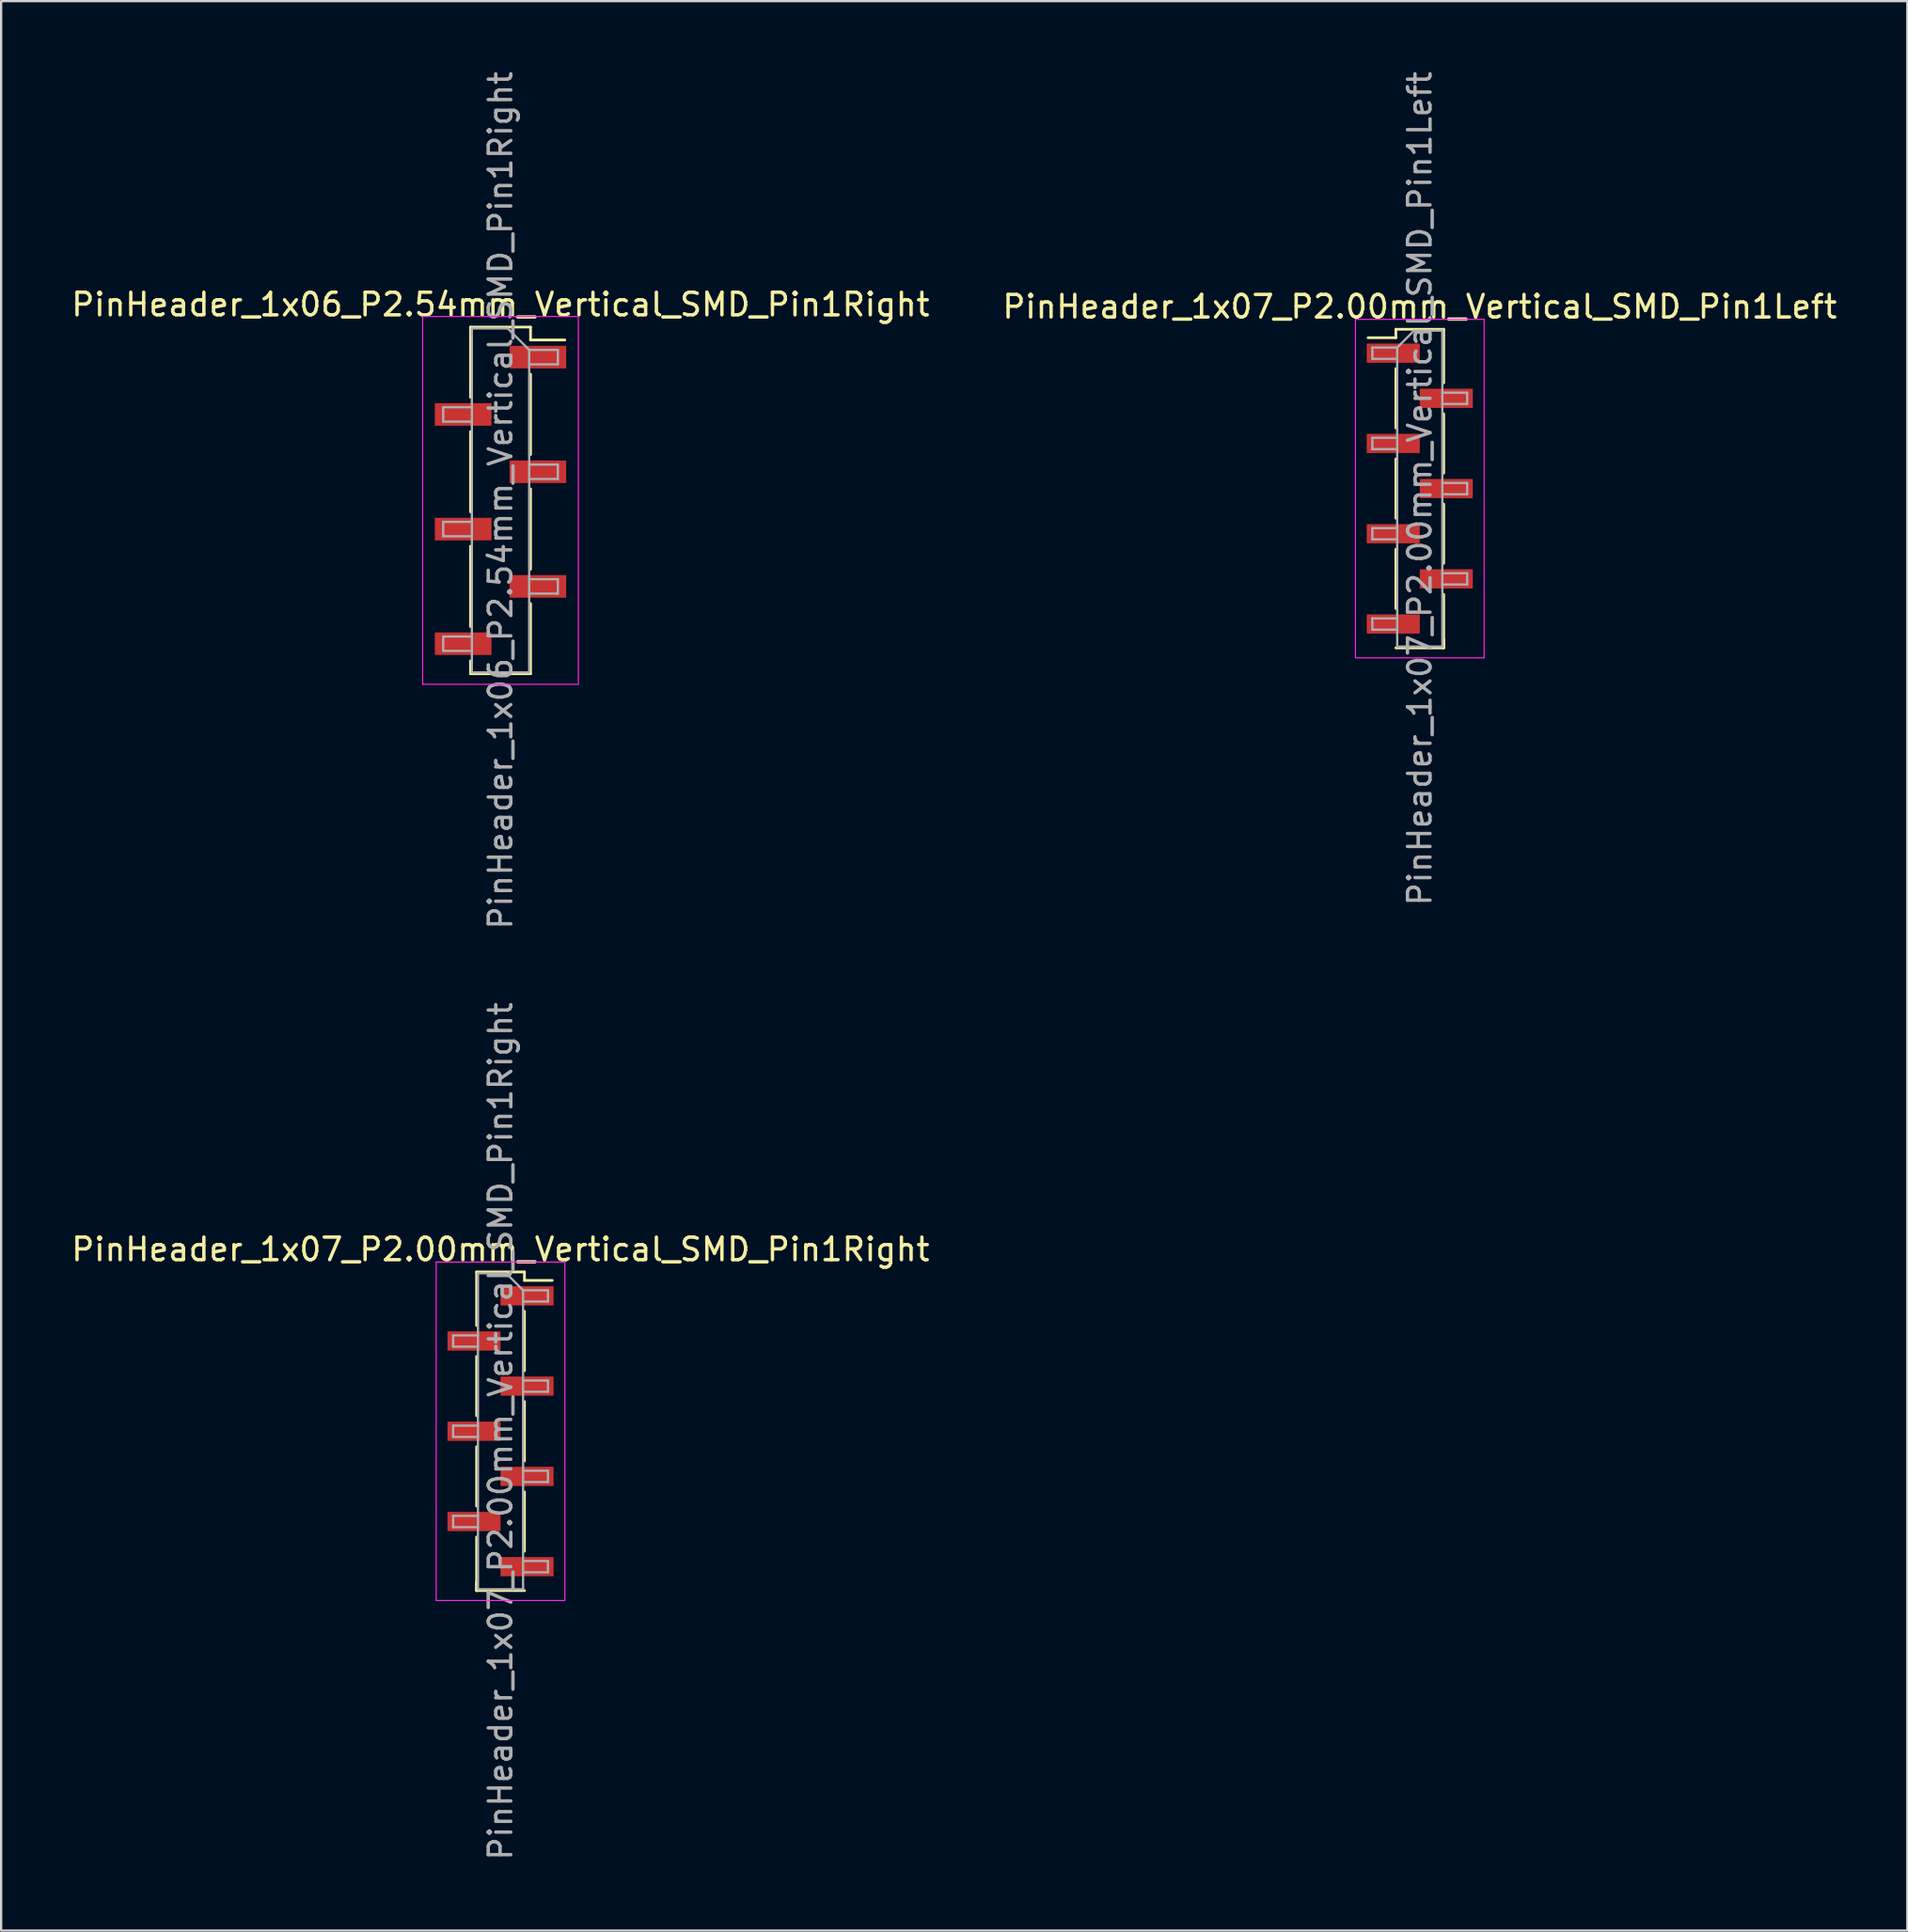
<source format=kicad_pcb>
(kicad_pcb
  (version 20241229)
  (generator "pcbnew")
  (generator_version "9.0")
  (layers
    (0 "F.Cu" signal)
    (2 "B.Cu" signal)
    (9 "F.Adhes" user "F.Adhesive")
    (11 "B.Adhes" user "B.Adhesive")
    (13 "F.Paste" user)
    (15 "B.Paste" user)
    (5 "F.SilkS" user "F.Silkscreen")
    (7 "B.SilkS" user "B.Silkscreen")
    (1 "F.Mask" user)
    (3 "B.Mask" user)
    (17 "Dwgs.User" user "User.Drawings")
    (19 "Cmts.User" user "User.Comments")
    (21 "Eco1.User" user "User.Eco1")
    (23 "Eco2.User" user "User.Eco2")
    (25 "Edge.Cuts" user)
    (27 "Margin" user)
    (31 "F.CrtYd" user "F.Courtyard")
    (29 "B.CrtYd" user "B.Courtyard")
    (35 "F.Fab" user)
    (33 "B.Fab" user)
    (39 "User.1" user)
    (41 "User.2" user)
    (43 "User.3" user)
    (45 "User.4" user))
  (footprint "PinHeader_1x07_P2.00mm_Vertical_SMD_Pin1Left"
    (layer "F.Cu")
    (at 59.851 18.601)
    (property "Reference" "PinHeader_1x07_P2.00mm_Vertical_SMD_Pin1Left" (at 0 -8.06 0) (layer "F.SilkS") (effects (font (size 1 1) (thickness 0.15))))
    (attr smd)
    (fp_line (start -1.06 -7.06) (end -1.06 -6.685) (stroke (width 0.12) (type solid)) (layer "F.SilkS"))
    (fp_line (start -1.06 -7.06) (end 1.06 -7.06) (stroke (width 0.12) (type solid)) (layer "F.SilkS"))
    (fp_line (start -1.06 -6.685) (end -2.29 -6.685) (stroke (width 0.12) (type solid)) (layer "F.SilkS"))
    (fp_line (start -1.06 -5.315) (end -1.06 -2.685) (stroke (width 0.12) (type solid)) (layer "F.SilkS"))
    (fp_line (start -1.06 -1.315) (end -1.06 1.315) (stroke (width 0.12) (type solid)) (layer "F.SilkS"))
    (fp_line (start -1.06 2.685) (end -1.06 5.315) (stroke (width 0.12) (type solid)) (layer "F.SilkS"))
    (fp_line (start -1.06 7.06) (end 1.06 7.06) (stroke (width 0.12) (type solid)) (layer "F.SilkS"))
    (fp_line (start 1.06 -7.06) (end 1.06 -4.685) (stroke (width 0.12) (type solid)) (layer "F.SilkS"))
    (fp_line (start 1.06 -3.315) (end 1.06 -0.685) (stroke (width 0.12) (type solid)) (layer "F.SilkS"))
    (fp_line (start 1.06 0.685) (end 1.06 3.315) (stroke (width 0.12) (type solid)) (layer "F.SilkS"))
    (fp_line (start 1.06 4.685) (end 1.06 7.06) (stroke (width 0.12) (type solid)) (layer "F.SilkS"))
    (fp_line (start 1.06 6.685) (end 1.06 7.06) (stroke (width 0.12) (type solid)) (layer "F.SilkS"))
    (fp_line (start -2.85 -7.5) (end -2.85 7.5) (stroke (width 0.05) (type solid)) (layer "F.CrtYd"))
    (fp_line (start -2.85 7.5) (end 2.85 7.5) (stroke (width 0.05) (type solid)) (layer "F.CrtYd"))
    (fp_line (start 2.85 -7.5) (end -2.85 -7.5) (stroke (width 0.05) (type solid)) (layer "F.CrtYd"))
    (fp_line (start 2.85 7.5) (end 2.85 -7.5) (stroke (width 0.05) (type solid)) (layer "F.CrtYd"))
    (fp_line (start -2.1 -6.25) (end -2.1 -5.75) (stroke (width 0.1) (type solid)) (layer "F.Fab"))
    (fp_line (start -2.1 -5.75) (end -1 -5.75) (stroke (width 0.1) (type solid)) (layer "F.Fab"))
    (fp_line (start -2.1 -2.25) (end -2.1 -1.75) (stroke (width 0.1) (type solid)) (layer "F.Fab"))
    (fp_line (start -2.1 -1.75) (end -1 -1.75) (stroke (width 0.1) (type solid)) (layer "F.Fab"))
    (fp_line (start -2.1 1.75) (end -2.1 2.25) (stroke (width 0.1) (type solid)) (layer "F.Fab"))
    (fp_line (start -2.1 2.25) (end -1 2.25) (stroke (width 0.1) (type solid)) (layer "F.Fab"))
    (fp_line (start -2.1 5.75) (end -2.1 6.25) (stroke (width 0.1) (type solid)) (layer "F.Fab"))
    (fp_line (start -2.1 6.25) (end -1 6.25) (stroke (width 0.1) (type solid)) (layer "F.Fab"))
    (fp_line (start -1 -6.25) (end -2.1 -6.25) (stroke (width 0.1) (type solid)) (layer "F.Fab"))
    (fp_line (start -1 -6.25) (end -0.25 -7) (stroke (width 0.1) (type solid)) (layer "F.Fab"))
    (fp_line (start -1 -2.25) (end -2.1 -2.25) (stroke (width 0.1) (type solid)) (layer "F.Fab"))
    (fp_line (start -1 1.75) (end -2.1 1.75) (stroke (width 0.1) (type solid)) (layer "F.Fab"))
    (fp_line (start -1 5.75) (end -2.1 5.75) (stroke (width 0.1) (type solid)) (layer "F.Fab"))
    (fp_line (start -1 7) (end -1 -6.25) (stroke (width 0.1) (type solid)) (layer "F.Fab"))
    (fp_line (start -0.25 -7) (end 1 -7) (stroke (width 0.1) (type solid)) (layer "F.Fab"))
    (fp_line (start 1 -7) (end 1 7) (stroke (width 0.1) (type solid)) (layer "F.Fab"))
    (fp_line (start 1 -4.25) (end 2.1 -4.25) (stroke (width 0.1) (type solid)) (layer "F.Fab"))
    (fp_line (start 1 -0.25) (end 2.1 -0.25) (stroke (width 0.1) (type solid)) (layer "F.Fab"))
    (fp_line (start 1 3.75) (end 2.1 3.75) (stroke (width 0.1) (type solid)) (layer "F.Fab"))
    (fp_line (start 1 7) (end -1 7) (stroke (width 0.1) (type solid)) (layer "F.Fab"))
    (fp_line (start 2.1 -4.25) (end 2.1 -3.75) (stroke (width 0.1) (type solid)) (layer "F.Fab"))
    (fp_line (start 2.1 -3.75) (end 1 -3.75) (stroke (width 0.1) (type solid)) (layer "F.Fab"))
    (fp_line (start 2.1 -0.25) (end 2.1 0.25) (stroke (width 0.1) (type solid)) (layer "F.Fab"))
    (fp_line (start 2.1 0.25) (end 1 0.25) (stroke (width 0.1) (type solid)) (layer "F.Fab"))
    (fp_line (start 2.1 3.75) (end 2.1 4.25) (stroke (width 0.1) (type solid)) (layer "F.Fab"))
    (fp_line (start 2.1 4.25) (end 1 4.25) (stroke (width 0.1) (type solid)) (layer "F.Fab"))
    (fp_text user "${REFERENCE}" (at 0 0 90) (layer "F.Fab") (effects (font (size 1 1) (thickness 0.15))))
    (pad "1" smd rect (at -1.175 -6) (size 2.35 0.85) (layers "F.Cu" "F.Mask" "F.Paste"))
    (pad "2" smd rect (at 1.175 -4) (size 2.35 0.85) (layers "F.Cu" "F.Mask" "F.Paste"))
    (pad "3" smd rect (at -1.175 -2) (size 2.35 0.85) (layers "F.Cu" "F.Mask" "F.Paste"))
    (pad "4" smd rect (at 1.175 0) (size 2.35 0.85) (layers "F.Cu" "F.Mask" "F.Paste"))
    (pad "5" smd rect (at -1.175 2) (size 2.35 0.85) (layers "F.Cu" "F.Mask" "F.Paste"))
    (pad "6" smd rect (at 1.175 4) (size 2.35 0.85) (layers "F.Cu" "F.Mask" "F.Paste"))
    (pad "7" smd rect (at -1.175 6) (size 2.35 0.85) (layers "F.Cu" "F.Mask" "F.Paste")))
  (footprint "PinHeader_1x07_P2.00mm_Vertical_SMD_Pin1Right"
    (layer "F.Cu")
    (at 19.125 60.375)
    (property "Reference" "PinHeader_1x07_P2.00mm_Vertical_SMD_Pin1Right" (at 0 -8.06 0) (layer "F.SilkS") (effects (font (size 1 1) (thickness 0.15))))
    (attr smd)
    (fp_line (start -1.06 -7.06) (end -1.06 -4.685) (stroke (width 0.12) (type solid)) (layer "F.SilkS"))
    (fp_line (start -1.06 -7.06) (end 1.06 -7.06) (stroke (width 0.12) (type solid)) (layer "F.SilkS"))
    (fp_line (start -1.06 -3.315) (end -1.06 -0.685) (stroke (width 0.12) (type solid)) (layer "F.SilkS"))
    (fp_line (start -1.06 0.685) (end -1.06 3.315) (stroke (width 0.12) (type solid)) (layer "F.SilkS"))
    (fp_line (start -1.06 4.685) (end -1.06 7.06) (stroke (width 0.12) (type solid)) (layer "F.SilkS"))
    (fp_line (start -1.06 6.685) (end -1.06 7.06) (stroke (width 0.12) (type solid)) (layer "F.SilkS"))
    (fp_line (start -1.06 7.06) (end 1.06 7.06) (stroke (width 0.12) (type solid)) (layer "F.SilkS"))
    (fp_line (start 1.06 -7.06) (end 1.06 -6.685) (stroke (width 0.12) (type solid)) (layer "F.SilkS"))
    (fp_line (start 1.06 -6.685) (end 2.29 -6.685) (stroke (width 0.12) (type solid)) (layer "F.SilkS"))
    (fp_line (start 1.06 -5.315) (end 1.06 -2.685) (stroke (width 0.12) (type solid)) (layer "F.SilkS"))
    (fp_line (start 1.06 -1.315) (end 1.06 1.315) (stroke (width 0.12) (type solid)) (layer "F.SilkS"))
    (fp_line (start 1.06 2.685) (end 1.06 5.315) (stroke (width 0.12) (type solid)) (layer "F.SilkS"))
    (fp_line (start -2.85 -7.5) (end -2.85 7.5) (stroke (width 0.05) (type solid)) (layer "F.CrtYd"))
    (fp_line (start -2.85 7.5) (end 2.85 7.5) (stroke (width 0.05) (type solid)) (layer "F.CrtYd"))
    (fp_line (start 2.85 -7.5) (end -2.85 -7.5) (stroke (width 0.05) (type solid)) (layer "F.CrtYd"))
    (fp_line (start 2.85 7.5) (end 2.85 -7.5) (stroke (width 0.05) (type solid)) (layer "F.CrtYd"))
    (fp_line (start -2.1 -4.25) (end -2.1 -3.75) (stroke (width 0.1) (type solid)) (layer "F.Fab"))
    (fp_line (start -2.1 -3.75) (end -1 -3.75) (stroke (width 0.1) (type solid)) (layer "F.Fab"))
    (fp_line (start -2.1 -0.25) (end -2.1 0.25) (stroke (width 0.1) (type solid)) (layer "F.Fab"))
    (fp_line (start -2.1 0.25) (end -1 0.25) (stroke (width 0.1) (type solid)) (layer "F.Fab"))
    (fp_line (start -2.1 3.75) (end -2.1 4.25) (stroke (width 0.1) (type solid)) (layer "F.Fab"))
    (fp_line (start -2.1 4.25) (end -1 4.25) (stroke (width 0.1) (type solid)) (layer "F.Fab"))
    (fp_line (start -1 -7) (end -1 7) (stroke (width 0.1) (type solid)) (layer "F.Fab"))
    (fp_line (start -1 -7) (end 0.25 -7) (stroke (width 0.1) (type solid)) (layer "F.Fab"))
    (fp_line (start -1 -4.25) (end -2.1 -4.25) (stroke (width 0.1) (type solid)) (layer "F.Fab"))
    (fp_line (start -1 -0.25) (end -2.1 -0.25) (stroke (width 0.1) (type solid)) (layer "F.Fab"))
    (fp_line (start -1 3.75) (end -2.1 3.75) (stroke (width 0.1) (type solid)) (layer "F.Fab"))
    (fp_line (start 1 -6.25) (end 0.25 -7) (stroke (width 0.1) (type solid)) (layer "F.Fab"))
    (fp_line (start 1 -6.25) (end 2.1 -6.25) (stroke (width 0.1) (type solid)) (layer "F.Fab"))
    (fp_line (start 1 -2.25) (end 2.1 -2.25) (stroke (width 0.1) (type solid)) (layer "F.Fab"))
    (fp_line (start 1 1.75) (end 2.1 1.75) (stroke (width 0.1) (type solid)) (layer "F.Fab"))
    (fp_line (start 1 5.75) (end 2.1 5.75) (stroke (width 0.1) (type solid)) (layer "F.Fab"))
    (fp_line (start 1 7) (end -1 7) (stroke (width 0.1) (type solid)) (layer "F.Fab"))
    (fp_line (start 1 7) (end 1 -6.25) (stroke (width 0.1) (type solid)) (layer "F.Fab"))
    (fp_line (start 2.1 -6.25) (end 2.1 -5.75) (stroke (width 0.1) (type solid)) (layer "F.Fab"))
    (fp_line (start 2.1 -5.75) (end 1 -5.75) (stroke (width 0.1) (type solid)) (layer "F.Fab"))
    (fp_line (start 2.1 -2.25) (end 2.1 -1.75) (stroke (width 0.1) (type solid)) (layer "F.Fab"))
    (fp_line (start 2.1 -1.75) (end 1 -1.75) (stroke (width 0.1) (type solid)) (layer "F.Fab"))
    (fp_line (start 2.1 1.75) (end 2.1 2.25) (stroke (width 0.1) (type solid)) (layer "F.Fab"))
    (fp_line (start 2.1 2.25) (end 1 2.25) (stroke (width 0.1) (type solid)) (layer "F.Fab"))
    (fp_line (start 2.1 5.75) (end 2.1 6.25) (stroke (width 0.1) (type solid)) (layer "F.Fab"))
    (fp_line (start 2.1 6.25) (end 1 6.25) (stroke (width 0.1) (type solid)) (layer "F.Fab"))
    (fp_text user "${REFERENCE}" (at 0 0 90) (layer "F.Fab") (effects (font (size 1 1) (thickness 0.15))))
    (pad "1" smd rect (at 1.175 -6) (size 2.35 0.85) (layers "F.Cu" "F.Mask" "F.Paste"))
    (pad "2" smd rect (at -1.175 -4) (size 2.35 0.85) (layers "F.Cu" "F.Mask" "F.Paste"))
    (pad "3" smd rect (at 1.175 -2) (size 2.35 0.85) (layers "F.Cu" "F.Mask" "F.Paste"))
    (pad "4" smd rect (at -1.175 0) (size 2.35 0.85) (layers "F.Cu" "F.Mask" "F.Paste"))
    (pad "5" smd rect (at 1.175 2) (size 2.35 0.85) (layers "F.Cu" "F.Mask" "F.Paste"))
    (pad "6" smd rect (at -1.175 4) (size 2.35 0.85) (layers "F.Cu" "F.Mask" "F.Paste"))
    (pad "7" smd rect (at 1.175 6) (size 2.35 0.85) (layers "F.Cu" "F.Mask" "F.Paste")))
  (footprint "PinHeader_1x06_P2.54mm_Vertical_SMD_Pin1Right"
    (layer "F.Cu")
    (at 19.125 19.125)
    (property "Reference" "PinHeader_1x06_P2.54mm_Vertical_SMD_Pin1Right" (at 0 -8.68 0) (layer "F.SilkS") (effects (font (size 1 1) (thickness 0.15))))
    (attr smd)
    (fp_line (start -1.33 -7.68) (end -1.33 -4.57) (stroke (width 0.12) (type solid)) (layer "F.SilkS"))
    (fp_line (start -1.33 -7.68) (end 1.33 -7.68) (stroke (width 0.12) (type solid)) (layer "F.SilkS"))
    (fp_line (start -1.33 -3.05) (end -1.33 0.51) (stroke (width 0.12) (type solid)) (layer "F.SilkS"))
    (fp_line (start -1.33 2.03) (end -1.33 5.59) (stroke (width 0.12) (type solid)) (layer "F.SilkS"))
    (fp_line (start -1.33 7.11) (end -1.33 7.68) (stroke (width 0.12) (type solid)) (layer "F.SilkS"))
    (fp_line (start -1.33 7.68) (end 1.33 7.68) (stroke (width 0.12) (type solid)) (layer "F.SilkS"))
    (fp_line (start 1.33 -7.68) (end 1.33 -7.11) (stroke (width 0.12) (type solid)) (layer "F.SilkS"))
    (fp_line (start 1.33 -7.11) (end 2.85 -7.11) (stroke (width 0.12) (type solid)) (layer "F.SilkS"))
    (fp_line (start 1.33 -5.59) (end 1.33 -2.03) (stroke (width 0.12) (type solid)) (layer "F.SilkS"))
    (fp_line (start 1.33 -0.51) (end 1.33 3.05) (stroke (width 0.12) (type solid)) (layer "F.SilkS"))
    (fp_line (start 1.33 4.57) (end 1.33 7.68) (stroke (width 0.12) (type solid)) (layer "F.SilkS"))
    (fp_line (start -3.45 -8.15) (end -3.45 8.15) (stroke (width 0.05) (type solid)) (layer "F.CrtYd"))
    (fp_line (start -3.45 8.15) (end 3.45 8.15) (stroke (width 0.05) (type solid)) (layer "F.CrtYd"))
    (fp_line (start 3.45 -8.15) (end -3.45 -8.15) (stroke (width 0.05) (type solid)) (layer "F.CrtYd"))
    (fp_line (start 3.45 8.15) (end 3.45 -8.15) (stroke (width 0.05) (type solid)) (layer "F.CrtYd"))
    (fp_line (start -2.54 -4.13) (end -2.54 -3.49) (stroke (width 0.1) (type solid)) (layer "F.Fab"))
    (fp_line (start -2.54 -3.49) (end -1.27 -3.49) (stroke (width 0.1) (type solid)) (layer "F.Fab"))
    (fp_line (start -2.54 0.95) (end -2.54 1.59) (stroke (width 0.1) (type solid)) (layer "F.Fab"))
    (fp_line (start -2.54 1.59) (end -1.27 1.59) (stroke (width 0.1) (type solid)) (layer "F.Fab"))
    (fp_line (start -2.54 6.03) (end -2.54 6.67) (stroke (width 0.1) (type solid)) (layer "F.Fab"))
    (fp_line (start -2.54 6.67) (end -1.27 6.67) (stroke (width 0.1) (type solid)) (layer "F.Fab"))
    (fp_line (start -1.27 -7.62) (end -1.27 7.62) (stroke (width 0.1) (type solid)) (layer "F.Fab"))
    (fp_line (start -1.27 -7.62) (end 0.32 -7.62) (stroke (width 0.1) (type solid)) (layer "F.Fab"))
    (fp_line (start -1.27 -4.13) (end -2.54 -4.13) (stroke (width 0.1) (type solid)) (layer "F.Fab"))
    (fp_line (start -1.27 0.95) (end -2.54 0.95) (stroke (width 0.1) (type solid)) (layer "F.Fab"))
    (fp_line (start -1.27 6.03) (end -2.54 6.03) (stroke (width 0.1) (type solid)) (layer "F.Fab"))
    (fp_line (start 1.27 -6.67) (end 0.32 -7.62) (stroke (width 0.1) (type solid)) (layer "F.Fab"))
    (fp_line (start 1.27 -6.67) (end 2.54 -6.67) (stroke (width 0.1) (type solid)) (layer "F.Fab"))
    (fp_line (start 1.27 -1.59) (end 2.54 -1.59) (stroke (width 0.1) (type solid)) (layer "F.Fab"))
    (fp_line (start 1.27 3.49) (end 2.54 3.49) (stroke (width 0.1) (type solid)) (layer "F.Fab"))
    (fp_line (start 1.27 7.62) (end -1.27 7.62) (stroke (width 0.1) (type solid)) (layer "F.Fab"))
    (fp_line (start 1.27 7.62) (end 1.27 -6.67) (stroke (width 0.1) (type solid)) (layer "F.Fab"))
    (fp_line (start 2.54 -6.67) (end 2.54 -6.03) (stroke (width 0.1) (type solid)) (layer "F.Fab"))
    (fp_line (start 2.54 -6.03) (end 1.27 -6.03) (stroke (width 0.1) (type solid)) (layer "F.Fab"))
    (fp_line (start 2.54 -1.59) (end 2.54 -0.95) (stroke (width 0.1) (type solid)) (layer "F.Fab"))
    (fp_line (start 2.54 -0.95) (end 1.27 -0.95) (stroke (width 0.1) (type solid)) (layer "F.Fab"))
    (fp_line (start 2.54 3.49) (end 2.54 4.13) (stroke (width 0.1) (type solid)) (layer "F.Fab"))
    (fp_line (start 2.54 4.13) (end 1.27 4.13) (stroke (width 0.1) (type solid)) (layer "F.Fab"))
    (fp_text user "${REFERENCE}" (at 0 0 90) (layer "F.Fab") (effects (font (size 1 1) (thickness 0.15))))
    (pad "1" smd rect (at 1.655 -6.35) (size 2.51 1) (layers "F.Cu" "F.Mask" "F.Paste"))
    (pad "2" smd rect (at -1.655 -3.81) (size 2.51 1) (layers "F.Cu" "F.Mask" "F.Paste"))
    (pad "3" smd rect (at 1.655 -1.27) (size 2.51 1) (layers "F.Cu" "F.Mask" "F.Paste"))
    (pad "4" smd rect (at -1.655 1.27) (size 2.51 1) (layers "F.Cu" "F.Mask" "F.Paste"))
    (pad "5" smd rect (at 1.655 3.81) (size 2.51 1) (layers "F.Cu" "F.Mask" "F.Paste"))
    (pad "6" smd rect (at -1.655 6.35) (size 2.51 1) (layers "F.Cu" "F.Mask" "F.Paste")))
  (gr_rect
    (start -3 -3)
    (end 81.452 82.5)
    (stroke (width 0.1) (type default))
    (fill no)
    (layer "Edge.Cuts")))
</source>
